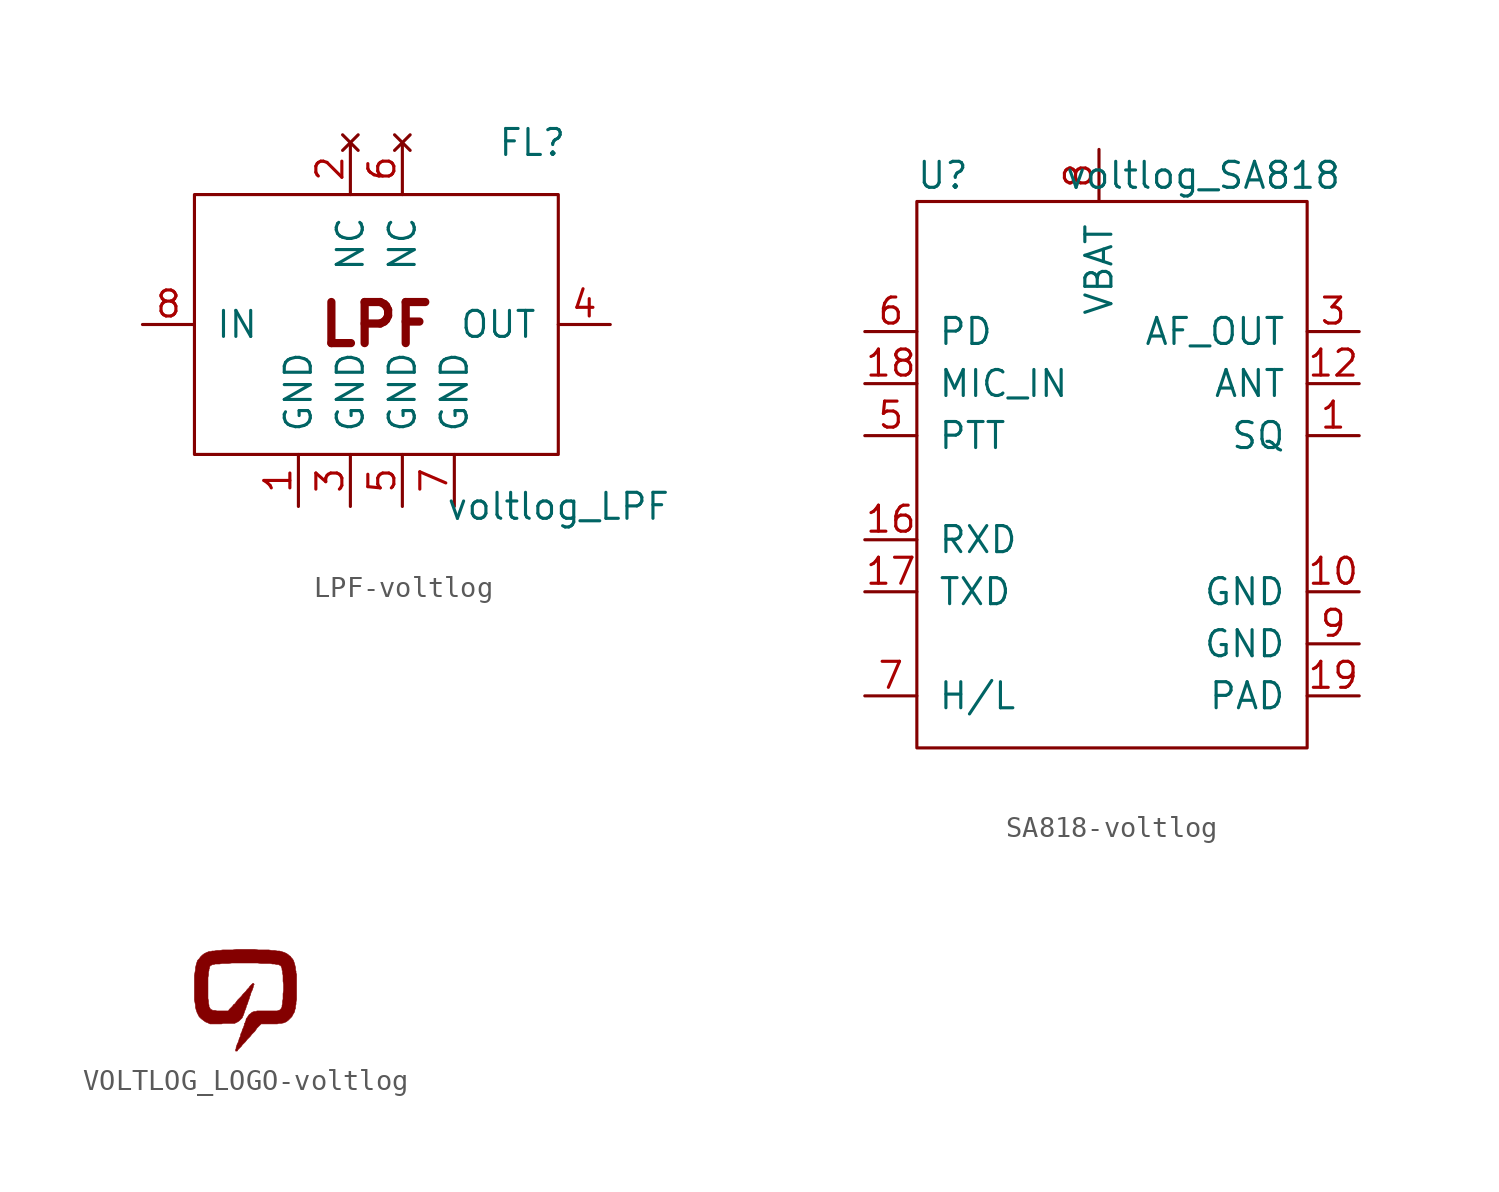
<source format=kicad_sym>
(kicad_symbol_lib
  (version 20220914)
  (generator kicad_symbol_editor)
  (symbol "LPF-voltlog"
    (pin_names
      (offset 1.016))
    (property "Reference" "FL"
      (at -1.27 22.86 0)
      (effects (font (size 1.27 1.27))))
    (property "Value" "voltlog_LPF"
      (at 0 5.08 0)
      (effects (font (size 1.27 1.27))))
    (symbol "LPF-voltlog_0_0"
      (text "LPF" (at -8.89 13.97 0) (effects (font (size 2.007 2.007) bold))))
    (symbol "LPF-voltlog_0_1"
      (rectangle (start -17.78 20.32) (end 0 7.62) (stroke (width 0) (type solid)) (fill (type none))))
    (symbol "LPF-voltlog_1_1"
      (pin passive line (at -12.7 5.08 90) (length 2.54) (name "GND" (effects (font (size 1.27 1.27)))) (number "1" (effects (font (size 1.27 1.27)))))
      (pin no_connect line (at -10.16 22.86 270) (length 2.54) (name "NC" (effects (font (size 1.27 1.27)))) (number "2" (effects (font (size 1.27 1.27)))))
      (pin passive line (at -10.16 5.08 90) (length 2.54) (name "GND" (effects (font (size 1.27 1.27)))) (number "3" (effects (font (size 1.27 1.27)))))
      (pin output line (at 2.54 13.97 180) (length 2.54) (name "OUT" (effects (font (size 1.27 1.27)))) (number "4" (effects (font (size 1.27 1.27)))))
      (pin passive line (at -7.62 5.08 90) (length 2.54) (name "GND" (effects (font (size 1.27 1.27)))) (number "5" (effects (font (size 1.27 1.27)))))
      (pin no_connect line (at -7.62 22.86 270) (length 2.54) (name "NC" (effects (font (size 1.27 1.27)))) (number "6" (effects (font (size 1.27 1.27)))))
      (pin passive line (at -5.08 5.08 90) (length 2.54) (name "GND" (effects (font (size 1.27 1.27)))) (number "7" (effects (font (size 1.27 1.27)))))
      (pin input line (at -20.32 13.97 0) (length 2.54) (name "IN" (effects (font (size 1.27 1.27)))) (number "8" (effects (font (size 1.27 1.27)))))))
  (symbol "SA818-voltlog"
    (pin_names
      (offset 1.016))
    (property "Reference" "U"
      (at -8.89 13.97 0)
      (effects (font (size 1.27 1.27))))
    (property "Value" "voltlog_SA818"
      (at 3.81 13.97 0)
      (effects (font (size 1.27 1.27))))
    (symbol "SA818-voltlog_0_1"
      (rectangle (start -10.16 12.7) (end 8.89 -13.97) (stroke (width 0) (type solid)) (fill (type none))))
    (symbol "SA818-voltlog_1_1"
      (pin input line (at 11.43 1.27 180) (length 2.54) (name "SQ" (effects (font (size 1.27 1.27)))) (number "1" (effects (font (size 1.27 1.27)))))
      (pin input line (at 11.43 -6.35 180) (length 2.54) (name "GND" (effects (font (size 1.27 1.27)))) (number "10" (effects (font (size 1.27 1.27)))))
      (pin bidirectional line (at 11.43 3.81 180) (length 2.54) (name "ANT" (effects (font (size 1.27 1.27)))) (number "12" (effects (font (size 1.27 1.27)))))
      (pin input line (at -12.7 -3.81 0) (length 2.54) (name "RXD" (effects (font (size 1.27 1.27)))) (number "16" (effects (font (size 1.27 1.27)))))
      (pin input line (at -12.7 -6.35 0) (length 2.54) (name "TXD" (effects (font (size 1.27 1.27)))) (number "17" (effects (font (size 1.27 1.27)))))
      (pin input line (at -12.7 3.81 0) (length 2.54) (name "MIC_IN" (effects (font (size 1.27 1.27)))) (number "18" (effects (font (size 1.27 1.27)))))
      (pin input line (at 11.43 -11.43 180) (length 2.54) (name "PAD" (effects (font (size 1.27 1.27)))) (number "19" (effects (font (size 1.27 1.27)))))
      (pin output line (at 11.43 6.35 180) (length 2.54) (name "AF_OUT" (effects (font (size 1.27 1.27)))) (number "3" (effects (font (size 1.27 1.27)))))
      (pin input line (at -12.7 1.27 0) (length 2.54) (name "PTT" (effects (font (size 1.27 1.27)))) (number "5" (effects (font (size 1.27 1.27)))))
      (pin input line (at -12.7 6.35 0) (length 2.54) (name "PD" (effects (font (size 1.27 1.27)))) (number "6" (effects (font (size 1.27 1.27)))))
      (pin input line (at -12.7 -11.43 0) (length 2.54) (name "H/L" (effects (font (size 1.27 1.27)))) (number "7" (effects (font (size 1.27 1.27)))))
      (pin power_in line (at -1.27 15.24 270) (length 2.54) (name "VBAT" (effects (font (size 1.27 1.27)))) (number "8" (effects (font (size 1.27 1.27)))))
      (pin input line (at 11.43 -8.89 180) (length 2.54) (name "GND" (effects (font (size 1.27 1.27)))) (number "9" (effects (font (size 1.27 1.27)))))))
  (symbol "VOLTLOG_LOGO-voltlog"
    (pin_numbers hide)
    (pin_names
      (offset 0) hide)
    (property "Reference" "V"
      (at 0 -3.302 0)
      (effects (font (size 1.524 1.524)) hide))
    (symbol "VOLTLOG_LOGO-voltlog_0_0"
      (polyline (pts (xy -0.406 -3.099) (xy -0.406 -3.073) (xy -0.229 -2.896) (xy -0.178 -2.819) (xy -0.025 -2.667) (xy 0.051 -2.565) (xy 0.203 -2.413) (xy 0.279 -2.311) (xy 0.432 -2.159) (xy 0.533 -2.007) (xy 0.737 -1.803) (xy 1.524 -1.803) (xy 1.6 -1.778) (xy 1.702 -1.778) (xy 1.829 -1.753) (xy 1.956 -1.702) (xy 2.057 -1.626) (xy 2.235 -1.448) (xy 2.286 -1.346) (xy 2.362 -1.219) (xy 2.388 -1.092) (xy 2.413 -1.041) (xy 2.413 -0.94) (xy 2.438 -0.838) (xy 2.438 -0.737) (xy 2.464 -0.61) (xy 2.464 0.61) (xy 2.438 0.686) (xy 2.438 0.762) (xy 2.413 0.838) (xy 2.413 0.94) (xy 2.362 1.143) (xy 2.311 1.295) (xy 2.261 1.372) (xy 2.21 1.422) (xy 2.159 1.499) (xy 2.108 1.524) (xy 2.057 1.575) (xy 1.981 1.626) (xy 1.88 1.676) (xy 1.727 1.727) (xy 1.626 1.753) (xy 1.524 1.753) (xy 1.397 1.778) (xy 1.27 1.778) (xy 1.118 1.803) (xy 0.61 1.803) (xy 0.432 1.829) (xy -0.483 1.829) (xy -0.66 1.803) (xy -1.143 1.803) (xy -1.295 1.778) (xy -1.422 1.778) (xy -1.549 1.753) (xy -1.651 1.753) (xy -1.727 1.727) (xy -1.803 1.727) (xy -1.93 1.676) (xy -2.032 1.626) (xy -2.134 1.549) (xy -2.235 1.448) (xy -2.261 1.397) (xy -2.362 1.295) (xy -2.413 1.143) (xy -2.464 0.94) (xy -2.464 0.838) (xy -2.489 0.711) (xy -2.515 0.559) (xy -2.515 -0.635) (xy -2.464 -0.889) (xy -2.464 -0.991) (xy -2.438 -1.092) (xy -2.388 -1.245) (xy -2.286 -1.448) (xy -2.184 -1.549) (xy -1.981 -1.702) (xy -1.854 -1.753) (xy -1.753 -1.803) (xy -1.194 -1.803) (xy -1.118 -1.778) (xy -0.559 -1.778) (xy -0.406 -1.702) (xy -0.33 -1.651) (xy -0.178 -1.499) (xy -0.178 -1.473) (xy -0.127 -1.372) (xy -0.051 -1.143) (xy -0.025 -1.092) (xy 0 -1.016) (xy 0.025 -0.914) (xy 0.076 -0.813) (xy 0.102 -0.711) (xy 0.152 -0.584) (xy 0.178 -0.483) (xy 0.229 -0.356) (xy 0.229 -0.33) (xy 0.254 -0.254) (xy 0.305 -0.152) (xy 0.356 0) (xy 0.356 0.051) (xy 0.381 0.102) (xy 0.381 0.127) (xy 0.406 0.127) (xy 0.356 0.178) (xy 0.33 0.178) (xy 0.33 0.152) (xy 0.305 0.152) (xy 0.178 0.025) (xy 0.152 -0.025) (xy 0.051 -0.127) (xy 0 -0.203) (xy -0.152 -0.356) (xy -0.229 -0.457) (xy -0.406 -0.635) (xy -0.483 -0.737) (xy -0.533 -0.813) (xy -0.61 -0.864) (xy -0.66 -0.94) (xy -0.813 -1.092) (xy -0.864 -1.168) (xy -1.422 -1.168) (xy -1.499 -1.143) (xy -1.626 -1.143) (xy -1.651 -1.118) (xy -1.727 -1.092) (xy -1.778 -0.991) (xy -1.803 -0.965) (xy -1.803 -0.889) (xy -1.829 -0.787) (xy -1.829 -0.686) (xy -1.854 -0.559) (xy -1.854 0.457) (xy -1.829 0.584) (xy -1.829 0.711) (xy -1.803 0.813) (xy -1.803 0.864) (xy -1.778 0.914) (xy -1.778 0.965) (xy -1.753 1.016) (xy -1.727 1.041) (xy -1.626 1.092) (xy -1.575 1.092) (xy -1.499 1.118) (xy -1.295 1.118) (xy -1.168 1.143) (xy -0.864 1.143) (xy -0.686 1.168) (xy 0.559 1.168) (xy 0.737 1.143) (xy 1.168 1.143) (xy 1.295 1.118) (xy 1.397 1.118) (xy 1.499 1.092) (xy 1.575 1.092) (xy 1.676 1.041) (xy 1.702 1.016) (xy 1.727 0.965) (xy 1.753 0.889) (xy 1.753 0.813) (xy 1.778 0.787) (xy 1.778 0.686) (xy 1.803 0.559) (xy 1.803 0.279) (xy 1.829 0.127) (xy 1.829 -0.178) (xy 1.803 -0.33) (xy 1.803 -0.584) (xy 1.778 -0.711) (xy 1.778 -0.813) (xy 1.753 -0.914) (xy 1.753 -0.991) (xy 1.727 -1.016) (xy 1.702 -1.067) (xy 1.651 -1.118) (xy 1.6 -1.143) (xy 1.575 -1.143) (xy 1.524 -1.168) (xy 0.533 -1.168) (xy 0.483 -1.194) (xy 0.381 -1.194) (xy 0.356 -1.219) (xy 0.33 -1.219) (xy 0.279 -1.245) (xy 0.229 -1.295) (xy 0.152 -1.346) (xy 0.051 -1.499) (xy 0.025 -1.524) (xy 0 -1.575) (xy 0 -1.626) (xy -0.025 -1.676) (xy -0.051 -1.753) (xy -0.076 -1.778) (xy -0.076 -1.829) (xy -0.127 -1.981) (xy -0.178 -2.083) (xy -0.203 -2.184) (xy -0.254 -2.286) (xy -0.279 -2.413) (xy -0.33 -2.515) (xy -0.356 -2.616) (xy -0.381 -2.692) (xy -0.432 -2.794) (xy -0.483 -2.946) (xy -0.483 -2.997) (xy -0.508 -3.048) (xy -0.508 -3.124) (xy -0.432 -3.124) (xy -0.406 -3.099)) (stroke (width 0.025) (type solid)) (fill (type outline))))))
</source>
